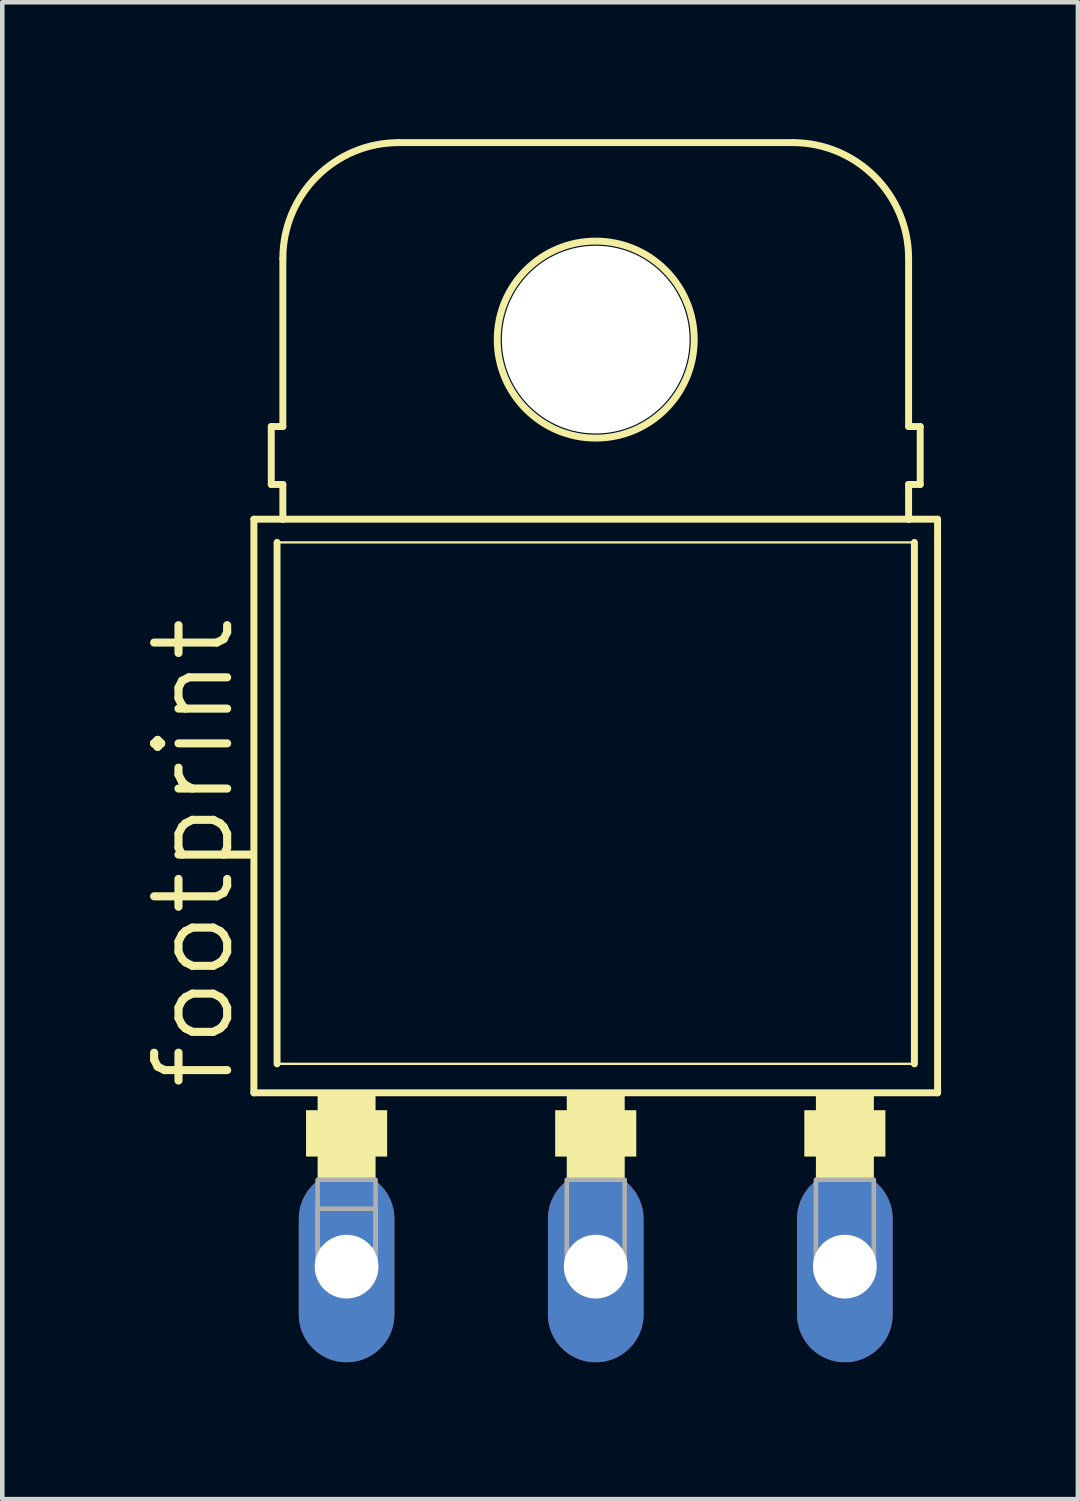
<source format=kicad_pcb>
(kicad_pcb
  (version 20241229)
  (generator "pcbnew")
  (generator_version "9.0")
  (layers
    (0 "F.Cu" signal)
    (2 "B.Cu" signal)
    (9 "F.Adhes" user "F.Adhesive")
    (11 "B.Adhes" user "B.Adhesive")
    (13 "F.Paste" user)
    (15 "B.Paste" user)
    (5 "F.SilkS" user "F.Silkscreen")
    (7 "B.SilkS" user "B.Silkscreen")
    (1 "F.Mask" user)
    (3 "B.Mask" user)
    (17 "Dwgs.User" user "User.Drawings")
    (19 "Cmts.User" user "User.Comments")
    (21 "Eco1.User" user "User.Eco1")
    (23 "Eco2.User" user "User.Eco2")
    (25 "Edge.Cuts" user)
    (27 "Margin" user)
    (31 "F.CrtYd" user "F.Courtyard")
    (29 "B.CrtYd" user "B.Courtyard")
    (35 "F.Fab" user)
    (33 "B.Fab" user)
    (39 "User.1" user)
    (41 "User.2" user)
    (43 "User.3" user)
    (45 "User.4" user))
  (footprint "footprint"
    (layer "F.Cu")
    (at 10.008 14.554)
    (property "Reference" "footprint" (at -7.874 6.35 90) (layer "F.SilkS") (effects (font (size 1.6 1.6) (thickness 0.178)) (justify left bottom)))
    (fp_line (start -7.493 6.35) (end -7.493 -6.223) (stroke (width 0.152) (type solid)) (layer "F.SilkS"))
    (fp_line (start -7.493 6.35) (end 7.493 6.35) (stroke (width 0.152) (type solid)) (layer "F.SilkS"))
    (fp_line (start -7.112 -6.985) (end -7.112 -8.255) (stroke (width 0.152) (type solid)) (layer "F.SilkS"))
    (fp_line (start -6.985 5.715) (end -6.985 -5.715) (stroke (width 0.152) (type solid)) (layer "F.SilkS"))
    (fp_line (start -6.985 5.715) (end 6.985 5.715) (stroke (width 0.051) (type solid)) (layer "F.SilkS"))
    (fp_line (start -6.858 -8.255) (end -7.112 -8.255) (stroke (width 0.152) (type solid)) (layer "F.SilkS"))
    (fp_line (start -6.858 -8.255) (end -6.858 -11.938) (stroke (width 0.152) (type solid)) (layer "F.SilkS"))
    (fp_line (start -6.858 -6.985) (end -7.112 -6.985) (stroke (width 0.152) (type solid)) (layer "F.SilkS"))
    (fp_line (start -6.858 -6.223) (end -7.493 -6.223) (stroke (width 0.152) (type solid)) (layer "F.SilkS"))
    (fp_line (start -6.858 -6.223) (end -6.858 -6.985) (stroke (width 0.152) (type solid)) (layer "F.SilkS"))
    (fp_line (start 4.318 -14.478) (end -4.318 -14.478) (stroke (width 0.152) (type solid)) (layer "F.SilkS"))
    (fp_line (start 6.858 -8.255) (end 6.858 -11.938) (stroke (width 0.152) (type solid)) (layer "F.SilkS"))
    (fp_line (start 6.858 -8.255) (end 7.112 -8.255) (stroke (width 0.152) (type solid)) (layer "F.SilkS"))
    (fp_line (start 6.858 -6.985) (end 7.112 -6.985) (stroke (width 0.152) (type solid)) (layer "F.SilkS"))
    (fp_line (start 6.858 -6.223) (end -6.858 -6.223) (stroke (width 0.152) (type solid)) (layer "F.SilkS"))
    (fp_line (start 6.858 -6.223) (end 6.858 -6.985) (stroke (width 0.152) (type solid)) (layer "F.SilkS"))
    (fp_line (start 6.985 -5.715) (end -6.985 -5.715) (stroke (width 0.051) (type solid)) (layer "F.SilkS"))
    (fp_line (start 6.985 -5.715) (end 6.985 5.715) (stroke (width 0.152) (type solid)) (layer "F.SilkS"))
    (fp_line (start 7.112 -6.985) (end 7.112 -8.255) (stroke (width 0.152) (type solid)) (layer "F.SilkS"))
    (fp_line (start 7.493 -6.223) (end 6.858 -6.223) (stroke (width 0.152) (type solid)) (layer "F.SilkS"))
    (fp_line (start 7.493 -6.223) (end 7.493 6.35) (stroke (width 0.152) (type solid)) (layer "F.SilkS"))
    (fp_arc (start -6.858 -11.938) (mid -6.114051 -13.734051) (end -4.318 -14.478) (stroke (width 0.1524) (type solid)) (layer "F.SilkS"))
    (fp_arc (start 4.318 -14.478) (mid 6.114051 -13.734051) (end 6.858 -11.938) (stroke (width 0.1524) (type solid)) (layer "F.SilkS"))
    (fp_circle (center 0 -10.16) (end 2.159 -10.16) (stroke (width 0.152) (type solid)) (fill no) (layer "F.SilkS"))
    (fp_poly (pts (xy -6.35 7.747) (xy -4.572 7.747) (xy -4.572 6.731) (xy -6.35 6.731)) (stroke (width 0) (type solid)) (fill yes) (layer "F.SilkS"))
    (fp_poly (pts (xy -6.096 8.255) (xy -4.826 8.255) (xy -4.826 6.35) (xy -6.096 6.35)) (stroke (width 0) (type solid)) (fill yes) (layer "F.SilkS"))
    (fp_poly (pts (xy -0.889 7.747) (xy 0.889 7.747) (xy 0.889 6.731) (xy -0.889 6.731)) (stroke (width 0) (type solid)) (fill yes) (layer "F.SilkS"))
    (fp_poly (pts (xy -0.635 8.255) (xy 0.635 8.255) (xy 0.635 6.35) (xy -0.635 6.35)) (stroke (width 0) (type solid)) (fill yes) (layer "F.SilkS"))
    (fp_poly (pts (xy 4.572 7.747) (xy 6.35 7.747) (xy 6.35 6.731) (xy 4.572 6.731)) (stroke (width 0) (type solid)) (fill yes) (layer "F.SilkS"))
    (fp_poly (pts (xy 4.826 8.255) (xy 6.096 8.255) (xy 6.096 6.35) (xy 4.826 6.35)) (stroke (width 0) (type solid)) (fill yes) (layer "F.SilkS"))
    (fp_poly (pts (xy -6.096 9.779) (xy -4.826 9.779) (xy -4.826 8.89) (xy -6.096 8.89)) (stroke (width 0.1) (type solid)) (fill no) (layer "F.Fab"))
    (fp_poly (pts (xy -6.096 10.16) (xy -4.826 10.16) (xy -4.826 8.255) (xy -6.096 8.255)) (stroke (width 0.1) (type solid)) (fill no) (layer "F.Fab"))
    (fp_poly (pts (xy -0.635 10.16) (xy 0.635 10.16) (xy 0.635 8.255) (xy -0.635 8.255)) (stroke (width 0.1) (type solid)) (fill no) (layer "F.Fab"))
    (fp_poly (pts (xy 4.826 10.16) (xy 6.096 10.16) (xy 6.096 8.255) (xy 4.826 8.255)) (stroke (width 0.1) (type solid)) (fill no) (layer "F.Fab"))
    (pad "" np_thru_hole circle (at 0 -10.16) (size 4.115 4.115) (drill 4.115) (layers "*.Cu" "*.Mask"))
    (pad "A1" thru_hole oval (at -5.461 10.16 90) (size 4.191 2.095) (drill 1.397) (layers "*.Cu" "*.Mask"))
    (pad "A2" thru_hole oval (at 5.461 10.16 90) (size 4.191 2.095) (drill 1.397) (layers "*.Cu" "*.Mask"))
    (pad "C" thru_hole oval (at 0 10.16 90) (size 4.191 2.095) (drill 1.397) (layers "*.Cu" "*.Mask"))
    (zone (net_name "") (layers "F.Cu" "B.Cu") (hatch edge 0.508) (connect_pads) (min_thickness 0.254) (filled_areas_thickness no) (keepout (tracks allowed) (vias not_allowed) (pads allowed) (copperpour allowed) (footprints allowed)) (placement (enabled no)) (fill) (polygon (pts (xy 13.818 4.394) (xy 13.76 3.733) (xy 13.588 3.091) (xy 13.307 2.489) (xy 12.926 1.945) (xy 12.457 1.476) (xy 11.913 1.095) (xy 11.311 0.814) (xy 10.669 0.642) (xy 10.008 0.584) (xy 9.346 0.642) (xy 8.705 0.814) (xy 8.103 1.095) (xy 7.559 1.476) (xy 7.089 1.945) (xy 6.708 2.489) (xy 6.427 3.091) (xy 6.255 3.733) (xy 6.198 4.394) (xy 6.255 5.056) (xy 6.427 5.697) (xy 6.708 6.299) (xy 7.089 6.843) (xy 7.559 7.313) (xy 8.103 7.694) (xy 8.705 7.974) (xy 9.346 8.146) (xy 10.008 8.204) (xy 10.669 8.146) (xy 11.311 7.974) (xy 11.913 7.694) (xy 12.457 7.313) (xy 12.926 6.843) (xy 13.307 6.299) (xy 13.588 5.697) (xy 13.76 5.056))))
    (zone (net_name "") (layer "B.Cu") (hatch edge 0.508) (connect_pads) (min_thickness 0.254) (filled_areas_thickness no) (keepout (tracks not_allowed) (vias not_allowed) (pads not_allowed) (copperpour not_allowed) (footprints allowed)) (placement (enabled no)) (fill) (polygon (pts (xy 13.818 4.394) (xy 13.76 3.733) (xy 13.588 3.091) (xy 13.307 2.489) (xy 12.926 1.945) (xy 12.457 1.476) (xy 11.913 1.095) (xy 11.311 0.814) (xy 10.669 0.642) (xy 10.008 0.584) (xy 9.346 0.642) (xy 8.705 0.814) (xy 8.103 1.095) (xy 7.559 1.476) (xy 7.089 1.945) (xy 6.708 2.489) (xy 6.427 3.091) (xy 6.255 3.733) (xy 6.198 4.394) (xy 6.255 5.056) (xy 6.427 5.697) (xy 6.708 6.299) (xy 7.089 6.843) (xy 7.559 7.313) (xy 8.103 7.694) (xy 8.705 7.974) (xy 9.346 8.146) (xy 10.008 8.204) (xy 10.669 8.146) (xy 11.311 7.974) (xy 11.913 7.694) (xy 12.457 7.313) (xy 12.926 6.843) (xy 13.307 6.299) (xy 13.588 5.697) (xy 13.76 5.056)))))
  (gr_rect
    (start -3 -3)
    (end 20.577 29.81)
    (stroke (width 0.1) (type default))
    (fill no)
    (layer "Edge.Cuts")))
</source>
